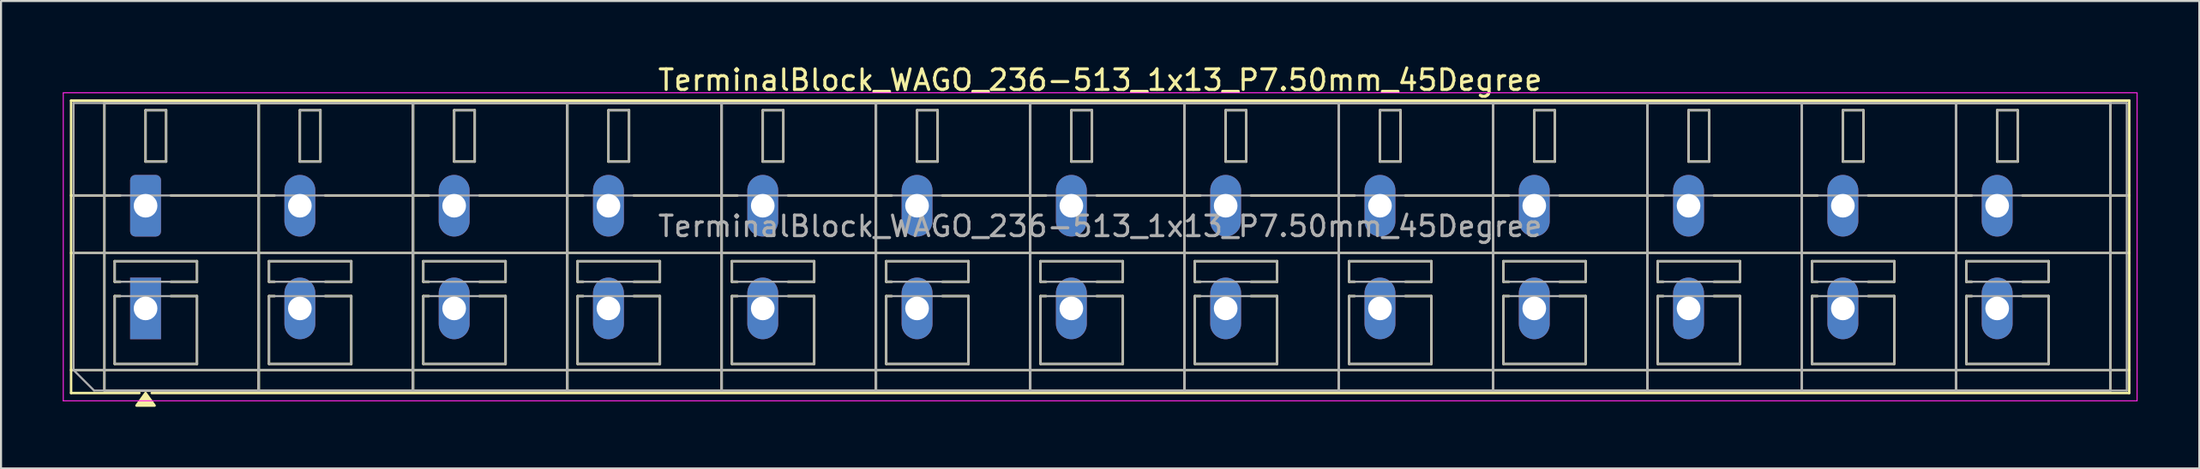
<source format=kicad_pcb>
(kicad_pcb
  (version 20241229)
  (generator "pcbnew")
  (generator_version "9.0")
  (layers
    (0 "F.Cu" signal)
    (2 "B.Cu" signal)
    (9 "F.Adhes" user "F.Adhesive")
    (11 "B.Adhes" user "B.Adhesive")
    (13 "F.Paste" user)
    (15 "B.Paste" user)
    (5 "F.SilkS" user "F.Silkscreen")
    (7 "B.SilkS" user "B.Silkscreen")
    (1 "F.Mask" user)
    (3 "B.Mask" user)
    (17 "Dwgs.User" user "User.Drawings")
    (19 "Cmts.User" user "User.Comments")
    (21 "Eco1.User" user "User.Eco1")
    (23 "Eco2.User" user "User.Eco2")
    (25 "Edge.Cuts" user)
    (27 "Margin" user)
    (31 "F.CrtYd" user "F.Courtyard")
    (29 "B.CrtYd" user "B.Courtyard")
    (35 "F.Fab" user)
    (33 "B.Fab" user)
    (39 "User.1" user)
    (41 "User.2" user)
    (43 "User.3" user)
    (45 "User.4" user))
  (footprint "TerminalBlock_WAGO_236-513_1x13_P7.50mm_45Degree"
    (layer "F.Cu")
    (at 4.025 6.968)
    (property "Reference" "TerminalBlock_WAGO_236-513_1x13_P7.50mm_45Degree" (at 46.4 -6.12 0) (layer "F.SilkS") (effects (font (size 1 1) (thickness 0.15))))
    (attr through_hole)
    (fp_line (start -3.62 -5.12) (end 96.42 -5.12) (stroke (width 0.12) (type solid)) (layer "F.SilkS"))
    (fp_line (start -3.62 -0.5) (end -1.23 -0.5) (stroke (width 0.12) (type solid)) (layer "F.SilkS"))
    (fp_line (start -3.62 2.3) (end 96.42 2.3) (stroke (width 0.12) (type solid)) (layer "F.SilkS"))
    (fp_line (start -3.62 8) (end 96.42 8) (stroke (width 0.12) (type solid)) (layer "F.SilkS"))
    (fp_line (start -3.62 9.12) (end -3.62 -5.12) (stroke (width 0.12) (type solid)) (layer "F.SilkS"))
    (fp_line (start -2 -5) (end 5.5 -5) (stroke (width 0.12) (type solid)) (layer "F.SilkS"))
    (fp_line (start -2 9) (end -2 -5) (stroke (width 0.12) (type solid)) (layer "F.SilkS"))
    (fp_line (start -1.5 2.7) (end 2.5 2.7) (stroke (width 0.12) (type solid)) (layer "F.SilkS"))
    (fp_line (start -1.5 3.7) (end -1.5 2.7) (stroke (width 0.12) (type solid)) (layer "F.SilkS"))
    (fp_line (start -1.5 4.4) (end -1.23 4.4) (stroke (width 0.12) (type solid)) (layer "F.SilkS"))
    (fp_line (start -1.5 7.7) (end -1.5 4.4) (stroke (width 0.12) (type solid)) (layer "F.SilkS"))
    (fp_line (start -1.23 3.7) (end -1.5 3.7) (stroke (width 0.12) (type solid)) (layer "F.SilkS"))
    (fp_line (start -0.3 9.12) (end -3.62 9.12) (stroke (width 0.12) (type solid)) (layer "F.SilkS"))
    (fp_line (start 0 -4.65) (end 1 -4.65) (stroke (width 0.12) (type solid)) (layer "F.SilkS"))
    (fp_line (start 0 -2.15) (end 0 -4.65) (stroke (width 0.12) (type solid)) (layer "F.SilkS"))
    (fp_line (start 1 -4.65) (end 1 -2.15) (stroke (width 0.12) (type solid)) (layer "F.SilkS"))
    (fp_line (start 1 -2.15) (end 0 -2.15) (stroke (width 0.12) (type solid)) (layer "F.SilkS"))
    (fp_line (start 1.23 -0.5) (end 6.27 -0.5) (stroke (width 0.12) (type solid)) (layer "F.SilkS"))
    (fp_line (start 1.23 4.4) (end 2.5 4.4) (stroke (width 0.12) (type solid)) (layer "F.SilkS"))
    (fp_line (start 2.5 2.7) (end 2.5 3.7) (stroke (width 0.12) (type solid)) (layer "F.SilkS"))
    (fp_line (start 2.5 3.7) (end 1.23 3.7) (stroke (width 0.12) (type solid)) (layer "F.SilkS"))
    (fp_line (start 2.5 4.4) (end 2.5 7.7) (stroke (width 0.12) (type solid)) (layer "F.SilkS"))
    (fp_line (start 2.5 7.7) (end -1.5 7.7) (stroke (width 0.12) (type solid)) (layer "F.SilkS"))
    (fp_line (start 5.5 -5) (end 5.5 9) (stroke (width 0.12) (type solid)) (layer "F.SilkS"))
    (fp_line (start 5.5 -5) (end 13 -5) (stroke (width 0.12) (type solid)) (layer "F.SilkS"))
    (fp_line (start 5.5 9) (end -2 9) (stroke (width 0.12) (type solid)) (layer "F.SilkS"))
    (fp_line (start 5.5 9) (end 5.5 -5) (stroke (width 0.12) (type solid)) (layer "F.SilkS"))
    (fp_line (start 6 2.7) (end 10 2.7) (stroke (width 0.12) (type solid)) (layer "F.SilkS"))
    (fp_line (start 6 3.7) (end 6 2.7) (stroke (width 0.12) (type solid)) (layer "F.SilkS"))
    (fp_line (start 6 4.4) (end 6.27 4.4) (stroke (width 0.12) (type solid)) (layer "F.SilkS"))
    (fp_line (start 6 7.7) (end 6 4.4) (stroke (width 0.12) (type solid)) (layer "F.SilkS"))
    (fp_line (start 6.27 3.7) (end 6 3.7) (stroke (width 0.12) (type solid)) (layer "F.SilkS"))
    (fp_line (start 7.5 -4.65) (end 8.5 -4.65) (stroke (width 0.12) (type solid)) (layer "F.SilkS"))
    (fp_line (start 7.5 -2.15) (end 7.5 -4.65) (stroke (width 0.12) (type solid)) (layer "F.SilkS"))
    (fp_line (start 8.5 -4.65) (end 8.5 -2.15) (stroke (width 0.12) (type solid)) (layer "F.SilkS"))
    (fp_line (start 8.5 -2.15) (end 7.5 -2.15) (stroke (width 0.12) (type solid)) (layer "F.SilkS"))
    (fp_line (start 8.73 -0.5) (end 13.77 -0.5) (stroke (width 0.12) (type solid)) (layer "F.SilkS"))
    (fp_line (start 8.73 4.4) (end 10 4.4) (stroke (width 0.12) (type solid)) (layer "F.SilkS"))
    (fp_line (start 10 2.7) (end 10 3.7) (stroke (width 0.12) (type solid)) (layer "F.SilkS"))
    (fp_line (start 10 3.7) (end 8.73 3.7) (stroke (width 0.12) (type solid)) (layer "F.SilkS"))
    (fp_line (start 10 4.4) (end 10 7.7) (stroke (width 0.12) (type solid)) (layer "F.SilkS"))
    (fp_line (start 10 7.7) (end 6 7.7) (stroke (width 0.12) (type solid)) (layer "F.SilkS"))
    (fp_line (start 13 -5) (end 13 9) (stroke (width 0.12) (type solid)) (layer "F.SilkS"))
    (fp_line (start 13 -5) (end 20.5 -5) (stroke (width 0.12) (type solid)) (layer "F.SilkS"))
    (fp_line (start 13 9) (end 5.5 9) (stroke (width 0.12) (type solid)) (layer "F.SilkS"))
    (fp_line (start 13 9) (end 13 -5) (stroke (width 0.12) (type solid)) (layer "F.SilkS"))
    (fp_line (start 13.5 2.7) (end 17.5 2.7) (stroke (width 0.12) (type solid)) (layer "F.SilkS"))
    (fp_line (start 13.5 3.7) (end 13.5 2.7) (stroke (width 0.12) (type solid)) (layer "F.SilkS"))
    (fp_line (start 13.5 4.4) (end 13.77 4.4) (stroke (width 0.12) (type solid)) (layer "F.SilkS"))
    (fp_line (start 13.5 7.7) (end 13.5 4.4) (stroke (width 0.12) (type solid)) (layer "F.SilkS"))
    (fp_line (start 13.77 3.7) (end 13.5 3.7) (stroke (width 0.12) (type solid)) (layer "F.SilkS"))
    (fp_line (start 15 -4.65) (end 16 -4.65) (stroke (width 0.12) (type solid)) (layer "F.SilkS"))
    (fp_line (start 15 -2.15) (end 15 -4.65) (stroke (width 0.12) (type solid)) (layer "F.SilkS"))
    (fp_line (start 16 -4.65) (end 16 -2.15) (stroke (width 0.12) (type solid)) (layer "F.SilkS"))
    (fp_line (start 16 -2.15) (end 15 -2.15) (stroke (width 0.12) (type solid)) (layer "F.SilkS"))
    (fp_line (start 16.23 -0.5) (end 21.27 -0.5) (stroke (width 0.12) (type solid)) (layer "F.SilkS"))
    (fp_line (start 16.23 4.4) (end 17.5 4.4) (stroke (width 0.12) (type solid)) (layer "F.SilkS"))
    (fp_line (start 17.5 2.7) (end 17.5 3.7) (stroke (width 0.12) (type solid)) (layer "F.SilkS"))
    (fp_line (start 17.5 3.7) (end 16.23 3.7) (stroke (width 0.12) (type solid)) (layer "F.SilkS"))
    (fp_line (start 17.5 4.4) (end 17.5 7.7) (stroke (width 0.12) (type solid)) (layer "F.SilkS"))
    (fp_line (start 17.5 7.7) (end 13.5 7.7) (stroke (width 0.12) (type solid)) (layer "F.SilkS"))
    (fp_line (start 20.5 -5) (end 20.5 9) (stroke (width 0.12) (type solid)) (layer "F.SilkS"))
    (fp_line (start 20.5 -5) (end 28 -5) (stroke (width 0.12) (type solid)) (layer "F.SilkS"))
    (fp_line (start 20.5 9) (end 13 9) (stroke (width 0.12) (type solid)) (layer "F.SilkS"))
    (fp_line (start 20.5 9) (end 20.5 -5) (stroke (width 0.12) (type solid)) (layer "F.SilkS"))
    (fp_line (start 21 2.7) (end 25 2.7) (stroke (width 0.12) (type solid)) (layer "F.SilkS"))
    (fp_line (start 21 3.7) (end 21 2.7) (stroke (width 0.12) (type solid)) (layer "F.SilkS"))
    (fp_line (start 21 4.4) (end 21.27 4.4) (stroke (width 0.12) (type solid)) (layer "F.SilkS"))
    (fp_line (start 21 7.7) (end 21 4.4) (stroke (width 0.12) (type solid)) (layer "F.SilkS"))
    (fp_line (start 21.27 3.7) (end 21 3.7) (stroke (width 0.12) (type solid)) (layer "F.SilkS"))
    (fp_line (start 22.5 -4.65) (end 23.5 -4.65) (stroke (width 0.12) (type solid)) (layer "F.SilkS"))
    (fp_line (start 22.5 -2.15) (end 22.5 -4.65) (stroke (width 0.12) (type solid)) (layer "F.SilkS"))
    (fp_line (start 23.5 -4.65) (end 23.5 -2.15) (stroke (width 0.12) (type solid)) (layer "F.SilkS"))
    (fp_line (start 23.5 -2.15) (end 22.5 -2.15) (stroke (width 0.12) (type solid)) (layer "F.SilkS"))
    (fp_line (start 23.73 -0.5) (end 28.77 -0.5) (stroke (width 0.12) (type solid)) (layer "F.SilkS"))
    (fp_line (start 23.73 4.4) (end 25 4.4) (stroke (width 0.12) (type solid)) (layer "F.SilkS"))
    (fp_line (start 25 2.7) (end 25 3.7) (stroke (width 0.12) (type solid)) (layer "F.SilkS"))
    (fp_line (start 25 3.7) (end 23.73 3.7) (stroke (width 0.12) (type solid)) (layer "F.SilkS"))
    (fp_line (start 25 4.4) (end 25 7.7) (stroke (width 0.12) (type solid)) (layer "F.SilkS"))
    (fp_line (start 25 7.7) (end 21 7.7) (stroke (width 0.12) (type solid)) (layer "F.SilkS"))
    (fp_line (start 28 -5) (end 28 9) (stroke (width 0.12) (type solid)) (layer "F.SilkS"))
    (fp_line (start 28 -5) (end 35.5 -5) (stroke (width 0.12) (type solid)) (layer "F.SilkS"))
    (fp_line (start 28 9) (end 20.5 9) (stroke (width 0.12) (type solid)) (layer "F.SilkS"))
    (fp_line (start 28 9) (end 28 -5) (stroke (width 0.12) (type solid)) (layer "F.SilkS"))
    (fp_line (start 28.5 2.7) (end 32.5 2.7) (stroke (width 0.12) (type solid)) (layer "F.SilkS"))
    (fp_line (start 28.5 3.7) (end 28.5 2.7) (stroke (width 0.12) (type solid)) (layer "F.SilkS"))
    (fp_line (start 28.5 4.4) (end 28.77 4.4) (stroke (width 0.12) (type solid)) (layer "F.SilkS"))
    (fp_line (start 28.5 7.7) (end 28.5 4.4) (stroke (width 0.12) (type solid)) (layer "F.SilkS"))
    (fp_line (start 28.77 3.7) (end 28.5 3.7) (stroke (width 0.12) (type solid)) (layer "F.SilkS"))
    (fp_line (start 30 -4.65) (end 31 -4.65) (stroke (width 0.12) (type solid)) (layer "F.SilkS"))
    (fp_line (start 30 -2.15) (end 30 -4.65) (stroke (width 0.12) (type solid)) (layer "F.SilkS"))
    (fp_line (start 31 -4.65) (end 31 -2.15) (stroke (width 0.12) (type solid)) (layer "F.SilkS"))
    (fp_line (start 31 -2.15) (end 30 -2.15) (stroke (width 0.12) (type solid)) (layer "F.SilkS"))
    (fp_line (start 31.23 -0.5) (end 36.27 -0.5) (stroke (width 0.12) (type solid)) (layer "F.SilkS"))
    (fp_line (start 31.23 4.4) (end 32.5 4.4) (stroke (width 0.12) (type solid)) (layer "F.SilkS"))
    (fp_line (start 32.5 2.7) (end 32.5 3.7) (stroke (width 0.12) (type solid)) (layer "F.SilkS"))
    (fp_line (start 32.5 3.7) (end 31.23 3.7) (stroke (width 0.12) (type solid)) (layer "F.SilkS"))
    (fp_line (start 32.5 4.4) (end 32.5 7.7) (stroke (width 0.12) (type solid)) (layer "F.SilkS"))
    (fp_line (start 32.5 7.7) (end 28.5 7.7) (stroke (width 0.12) (type solid)) (layer "F.SilkS"))
    (fp_line (start 35.5 -5) (end 35.5 9) (stroke (width 0.12) (type solid)) (layer "F.SilkS"))
    (fp_line (start 35.5 -5) (end 43 -5) (stroke (width 0.12) (type solid)) (layer "F.SilkS"))
    (fp_line (start 35.5 9) (end 28 9) (stroke (width 0.12) (type solid)) (layer "F.SilkS"))
    (fp_line (start 35.5 9) (end 35.5 -5) (stroke (width 0.12) (type solid)) (layer "F.SilkS"))
    (fp_line (start 36 2.7) (end 40 2.7) (stroke (width 0.12) (type solid)) (layer "F.SilkS"))
    (fp_line (start 36 3.7) (end 36 2.7) (stroke (width 0.12) (type solid)) (layer "F.SilkS"))
    (fp_line (start 36 4.4) (end 36.27 4.4) (stroke (width 0.12) (type solid)) (layer "F.SilkS"))
    (fp_line (start 36 7.7) (end 36 4.4) (stroke (width 0.12) (type solid)) (layer "F.SilkS"))
    (fp_line (start 36.27 3.7) (end 36 3.7) (stroke (width 0.12) (type solid)) (layer "F.SilkS"))
    (fp_line (start 37.5 -4.65) (end 38.5 -4.65) (stroke (width 0.12) (type solid)) (layer "F.SilkS"))
    (fp_line (start 37.5 -2.15) (end 37.5 -4.65) (stroke (width 0.12) (type solid)) (layer "F.SilkS"))
    (fp_line (start 38.5 -4.65) (end 38.5 -2.15) (stroke (width 0.12) (type solid)) (layer "F.SilkS"))
    (fp_line (start 38.5 -2.15) (end 37.5 -2.15) (stroke (width 0.12) (type solid)) (layer "F.SilkS"))
    (fp_line (start 38.73 -0.5) (end 43.77 -0.5) (stroke (width 0.12) (type solid)) (layer "F.SilkS"))
    (fp_line (start 38.73 4.4) (end 40 4.4) (stroke (width 0.12) (type solid)) (layer "F.SilkS"))
    (fp_line (start 40 2.7) (end 40 3.7) (stroke (width 0.12) (type solid)) (layer "F.SilkS"))
    (fp_line (start 40 3.7) (end 38.73 3.7) (stroke (width 0.12) (type solid)) (layer "F.SilkS"))
    (fp_line (start 40 4.4) (end 40 7.7) (stroke (width 0.12) (type solid)) (layer "F.SilkS"))
    (fp_line (start 40 7.7) (end 36 7.7) (stroke (width 0.12) (type solid)) (layer "F.SilkS"))
    (fp_line (start 43 -5) (end 43 9) (stroke (width 0.12) (type solid)) (layer "F.SilkS"))
    (fp_line (start 43 -5) (end 50.5 -5) (stroke (width 0.12) (type solid)) (layer "F.SilkS"))
    (fp_line (start 43 9) (end 35.5 9) (stroke (width 0.12) (type solid)) (layer "F.SilkS"))
    (fp_line (start 43 9) (end 43 -5) (stroke (width 0.12) (type solid)) (layer "F.SilkS"))
    (fp_line (start 43.5 2.7) (end 47.5 2.7) (stroke (width 0.12) (type solid)) (layer "F.SilkS"))
    (fp_line (start 43.5 3.7) (end 43.5 2.7) (stroke (width 0.12) (type solid)) (layer "F.SilkS"))
    (fp_line (start 43.5 4.4) (end 43.77 4.4) (stroke (width 0.12) (type solid)) (layer "F.SilkS"))
    (fp_line (start 43.5 7.7) (end 43.5 4.4) (stroke (width 0.12) (type solid)) (layer "F.SilkS"))
    (fp_line (start 43.77 3.7) (end 43.5 3.7) (stroke (width 0.12) (type solid)) (layer "F.SilkS"))
    (fp_line (start 45 -4.65) (end 46 -4.65) (stroke (width 0.12) (type solid)) (layer "F.SilkS"))
    (fp_line (start 45 -2.15) (end 45 -4.65) (stroke (width 0.12) (type solid)) (layer "F.SilkS"))
    (fp_line (start 46 -4.65) (end 46 -2.15) (stroke (width 0.12) (type solid)) (layer "F.SilkS"))
    (fp_line (start 46 -2.15) (end 45 -2.15) (stroke (width 0.12) (type solid)) (layer "F.SilkS"))
    (fp_line (start 46.23 -0.5) (end 51.27 -0.5) (stroke (width 0.12) (type solid)) (layer "F.SilkS"))
    (fp_line (start 46.23 4.4) (end 47.5 4.4) (stroke (width 0.12) (type solid)) (layer "F.SilkS"))
    (fp_line (start 47.5 2.7) (end 47.5 3.7) (stroke (width 0.12) (type solid)) (layer "F.SilkS"))
    (fp_line (start 47.5 3.7) (end 46.23 3.7) (stroke (width 0.12) (type solid)) (layer "F.SilkS"))
    (fp_line (start 47.5 4.4) (end 47.5 7.7) (stroke (width 0.12) (type solid)) (layer "F.SilkS"))
    (fp_line (start 47.5 7.7) (end 43.5 7.7) (stroke (width 0.12) (type solid)) (layer "F.SilkS"))
    (fp_line (start 50.5 -5) (end 50.5 9) (stroke (width 0.12) (type solid)) (layer "F.SilkS"))
    (fp_line (start 50.5 -5) (end 58 -5) (stroke (width 0.12) (type solid)) (layer "F.SilkS"))
    (fp_line (start 50.5 9) (end 43 9) (stroke (width 0.12) (type solid)) (layer "F.SilkS"))
    (fp_line (start 50.5 9) (end 50.5 -5) (stroke (width 0.12) (type solid)) (layer "F.SilkS"))
    (fp_line (start 51 2.7) (end 55 2.7) (stroke (width 0.12) (type solid)) (layer "F.SilkS"))
    (fp_line (start 51 3.7) (end 51 2.7) (stroke (width 0.12) (type solid)) (layer "F.SilkS"))
    (fp_line (start 51 4.4) (end 51.27 4.4) (stroke (width 0.12) (type solid)) (layer "F.SilkS"))
    (fp_line (start 51 7.7) (end 51 4.4) (stroke (width 0.12) (type solid)) (layer "F.SilkS"))
    (fp_line (start 51.27 3.7) (end 51 3.7) (stroke (width 0.12) (type solid)) (layer "F.SilkS"))
    (fp_line (start 52.5 -4.65) (end 53.5 -4.65) (stroke (width 0.12) (type solid)) (layer "F.SilkS"))
    (fp_line (start 52.5 -2.15) (end 52.5 -4.65) (stroke (width 0.12) (type solid)) (layer "F.SilkS"))
    (fp_line (start 53.5 -4.65) (end 53.5 -2.15) (stroke (width 0.12) (type solid)) (layer "F.SilkS"))
    (fp_line (start 53.5 -2.15) (end 52.5 -2.15) (stroke (width 0.12) (type solid)) (layer "F.SilkS"))
    (fp_line (start 53.73 -0.5) (end 58.77 -0.5) (stroke (width 0.12) (type solid)) (layer "F.SilkS"))
    (fp_line (start 53.73 4.4) (end 55 4.4) (stroke (width 0.12) (type solid)) (layer "F.SilkS"))
    (fp_line (start 55 2.7) (end 55 3.7) (stroke (width 0.12) (type solid)) (layer "F.SilkS"))
    (fp_line (start 55 3.7) (end 53.73 3.7) (stroke (width 0.12) (type solid)) (layer "F.SilkS"))
    (fp_line (start 55 4.4) (end 55 7.7) (stroke (width 0.12) (type solid)) (layer "F.SilkS"))
    (fp_line (start 55 7.7) (end 51 7.7) (stroke (width 0.12) (type solid)) (layer "F.SilkS"))
    (fp_line (start 58 -5) (end 58 9) (stroke (width 0.12) (type solid)) (layer "F.SilkS"))
    (fp_line (start 58 -5) (end 65.5 -5) (stroke (width 0.12) (type solid)) (layer "F.SilkS"))
    (fp_line (start 58 9) (end 50.5 9) (stroke (width 0.12) (type solid)) (layer "F.SilkS"))
    (fp_line (start 58 9) (end 58 -5) (stroke (width 0.12) (type solid)) (layer "F.SilkS"))
    (fp_line (start 58.5 2.7) (end 62.5 2.7) (stroke (width 0.12) (type solid)) (layer "F.SilkS"))
    (fp_line (start 58.5 3.7) (end 58.5 2.7) (stroke (width 0.12) (type solid)) (layer "F.SilkS"))
    (fp_line (start 58.5 4.4) (end 58.77 4.4) (stroke (width 0.12) (type solid)) (layer "F.SilkS"))
    (fp_line (start 58.5 7.7) (end 58.5 4.4) (stroke (width 0.12) (type solid)) (layer "F.SilkS"))
    (fp_line (start 58.77 3.7) (end 58.5 3.7) (stroke (width 0.12) (type solid)) (layer "F.SilkS"))
    (fp_line (start 60 -4.65) (end 61 -4.65) (stroke (width 0.12) (type solid)) (layer "F.SilkS"))
    (fp_line (start 60 -2.15) (end 60 -4.65) (stroke (width 0.12) (type solid)) (layer "F.SilkS"))
    (fp_line (start 61 -4.65) (end 61 -2.15) (stroke (width 0.12) (type solid)) (layer "F.SilkS"))
    (fp_line (start 61 -2.15) (end 60 -2.15) (stroke (width 0.12) (type solid)) (layer "F.SilkS"))
    (fp_line (start 61.23 -0.5) (end 66.27 -0.5) (stroke (width 0.12) (type solid)) (layer "F.SilkS"))
    (fp_line (start 61.23 4.4) (end 62.5 4.4) (stroke (width 0.12) (type solid)) (layer "F.SilkS"))
    (fp_line (start 62.5 2.7) (end 62.5 3.7) (stroke (width 0.12) (type solid)) (layer "F.SilkS"))
    (fp_line (start 62.5 3.7) (end 61.23 3.7) (stroke (width 0.12) (type solid)) (layer "F.SilkS"))
    (fp_line (start 62.5 4.4) (end 62.5 7.7) (stroke (width 0.12) (type solid)) (layer "F.SilkS"))
    (fp_line (start 62.5 7.7) (end 58.5 7.7) (stroke (width 0.12) (type solid)) (layer "F.SilkS"))
    (fp_line (start 65.5 -5) (end 65.5 9) (stroke (width 0.12) (type solid)) (layer "F.SilkS"))
    (fp_line (start 65.5 -5) (end 73 -5) (stroke (width 0.12) (type solid)) (layer "F.SilkS"))
    (fp_line (start 65.5 9) (end 58 9) (stroke (width 0.12) (type solid)) (layer "F.SilkS"))
    (fp_line (start 65.5 9) (end 65.5 -5) (stroke (width 0.12) (type solid)) (layer "F.SilkS"))
    (fp_line (start 66 2.7) (end 70 2.7) (stroke (width 0.12) (type solid)) (layer "F.SilkS"))
    (fp_line (start 66 3.7) (end 66 2.7) (stroke (width 0.12) (type solid)) (layer "F.SilkS"))
    (fp_line (start 66 4.4) (end 66.27 4.4) (stroke (width 0.12) (type solid)) (layer "F.SilkS"))
    (fp_line (start 66 7.7) (end 66 4.4) (stroke (width 0.12) (type solid)) (layer "F.SilkS"))
    (fp_line (start 66.27 3.7) (end 66 3.7) (stroke (width 0.12) (type solid)) (layer "F.SilkS"))
    (fp_line (start 67.5 -4.65) (end 68.5 -4.65) (stroke (width 0.12) (type solid)) (layer "F.SilkS"))
    (fp_line (start 67.5 -2.15) (end 67.5 -4.65) (stroke (width 0.12) (type solid)) (layer "F.SilkS"))
    (fp_line (start 68.5 -4.65) (end 68.5 -2.15) (stroke (width 0.12) (type solid)) (layer "F.SilkS"))
    (fp_line (start 68.5 -2.15) (end 67.5 -2.15) (stroke (width 0.12) (type solid)) (layer "F.SilkS"))
    (fp_line (start 68.73 -0.5) (end 73.77 -0.5) (stroke (width 0.12) (type solid)) (layer "F.SilkS"))
    (fp_line (start 68.73 4.4) (end 70 4.4) (stroke (width 0.12) (type solid)) (layer "F.SilkS"))
    (fp_line (start 70 2.7) (end 70 3.7) (stroke (width 0.12) (type solid)) (layer "F.SilkS"))
    (fp_line (start 70 3.7) (end 68.73 3.7) (stroke (width 0.12) (type solid)) (layer "F.SilkS"))
    (fp_line (start 70 4.4) (end 70 7.7) (stroke (width 0.12) (type solid)) (layer "F.SilkS"))
    (fp_line (start 70 7.7) (end 66 7.7) (stroke (width 0.12) (type solid)) (layer "F.SilkS"))
    (fp_line (start 73 -5) (end 73 9) (stroke (width 0.12) (type solid)) (layer "F.SilkS"))
    (fp_line (start 73 -5) (end 80.5 -5) (stroke (width 0.12) (type solid)) (layer "F.SilkS"))
    (fp_line (start 73 9) (end 65.5 9) (stroke (width 0.12) (type solid)) (layer "F.SilkS"))
    (fp_line (start 73 9) (end 73 -5) (stroke (width 0.12) (type solid)) (layer "F.SilkS"))
    (fp_line (start 73.5 2.7) (end 77.5 2.7) (stroke (width 0.12) (type solid)) (layer "F.SilkS"))
    (fp_line (start 73.5 3.7) (end 73.5 2.7) (stroke (width 0.12) (type solid)) (layer "F.SilkS"))
    (fp_line (start 73.5 4.4) (end 73.77 4.4) (stroke (width 0.12) (type solid)) (layer "F.SilkS"))
    (fp_line (start 73.5 7.7) (end 73.5 4.4) (stroke (width 0.12) (type solid)) (layer "F.SilkS"))
    (fp_line (start 73.77 3.7) (end 73.5 3.7) (stroke (width 0.12) (type solid)) (layer "F.SilkS"))
    (fp_line (start 75 -4.65) (end 76 -4.65) (stroke (width 0.12) (type solid)) (layer "F.SilkS"))
    (fp_line (start 75 -2.15) (end 75 -4.65) (stroke (width 0.12) (type solid)) (layer "F.SilkS"))
    (fp_line (start 76 -4.65) (end 76 -2.15) (stroke (width 0.12) (type solid)) (layer "F.SilkS"))
    (fp_line (start 76 -2.15) (end 75 -2.15) (stroke (width 0.12) (type solid)) (layer "F.SilkS"))
    (fp_line (start 76.23 -0.5) (end 81.27 -0.5) (stroke (width 0.12) (type solid)) (layer "F.SilkS"))
    (fp_line (start 76.23 4.4) (end 77.5 4.4) (stroke (width 0.12) (type solid)) (layer "F.SilkS"))
    (fp_line (start 77.5 2.7) (end 77.5 3.7) (stroke (width 0.12) (type solid)) (layer "F.SilkS"))
    (fp_line (start 77.5 3.7) (end 76.23 3.7) (stroke (width 0.12) (type solid)) (layer "F.SilkS"))
    (fp_line (start 77.5 4.4) (end 77.5 7.7) (stroke (width 0.12) (type solid)) (layer "F.SilkS"))
    (fp_line (start 77.5 7.7) (end 73.5 7.7) (stroke (width 0.12) (type solid)) (layer "F.SilkS"))
    (fp_line (start 80.5 -5) (end 80.5 9) (stroke (width 0.12) (type solid)) (layer "F.SilkS"))
    (fp_line (start 80.5 -5) (end 88 -5) (stroke (width 0.12) (type solid)) (layer "F.SilkS"))
    (fp_line (start 80.5 9) (end 73 9) (stroke (width 0.12) (type solid)) (layer "F.SilkS"))
    (fp_line (start 80.5 9) (end 80.5 -5) (stroke (width 0.12) (type solid)) (layer "F.SilkS"))
    (fp_line (start 81 2.7) (end 85 2.7) (stroke (width 0.12) (type solid)) (layer "F.SilkS"))
    (fp_line (start 81 3.7) (end 81 2.7) (stroke (width 0.12) (type solid)) (layer "F.SilkS"))
    (fp_line (start 81 4.4) (end 81.27 4.4) (stroke (width 0.12) (type solid)) (layer "F.SilkS"))
    (fp_line (start 81 7.7) (end 81 4.4) (stroke (width 0.12) (type solid)) (layer "F.SilkS"))
    (fp_line (start 81.27 3.7) (end 81 3.7) (stroke (width 0.12) (type solid)) (layer "F.SilkS"))
    (fp_line (start 82.5 -4.65) (end 83.5 -4.65) (stroke (width 0.12) (type solid)) (layer "F.SilkS"))
    (fp_line (start 82.5 -2.15) (end 82.5 -4.65) (stroke (width 0.12) (type solid)) (layer "F.SilkS"))
    (fp_line (start 83.5 -4.65) (end 83.5 -2.15) (stroke (width 0.12) (type solid)) (layer "F.SilkS"))
    (fp_line (start 83.5 -2.15) (end 82.5 -2.15) (stroke (width 0.12) (type solid)) (layer "F.SilkS"))
    (fp_line (start 83.73 -0.5) (end 88.77 -0.5) (stroke (width 0.12) (type solid)) (layer "F.SilkS"))
    (fp_line (start 83.73 4.4) (end 85 4.4) (stroke (width 0.12) (type solid)) (layer "F.SilkS"))
    (fp_line (start 85 2.7) (end 85 3.7) (stroke (width 0.12) (type solid)) (layer "F.SilkS"))
    (fp_line (start 85 3.7) (end 83.73 3.7) (stroke (width 0.12) (type solid)) (layer "F.SilkS"))
    (fp_line (start 85 4.4) (end 85 7.7) (stroke (width 0.12) (type solid)) (layer "F.SilkS"))
    (fp_line (start 85 7.7) (end 81 7.7) (stroke (width 0.12) (type solid)) (layer "F.SilkS"))
    (fp_line (start 88 -5) (end 88 9) (stroke (width 0.12) (type solid)) (layer "F.SilkS"))
    (fp_line (start 88 -5) (end 95.5 -5) (stroke (width 0.12) (type solid)) (layer "F.SilkS"))
    (fp_line (start 88 9) (end 80.5 9) (stroke (width 0.12) (type solid)) (layer "F.SilkS"))
    (fp_line (start 88 9) (end 88 -5) (stroke (width 0.12) (type solid)) (layer "F.SilkS"))
    (fp_line (start 88.5 2.7) (end 92.5 2.7) (stroke (width 0.12) (type solid)) (layer "F.SilkS"))
    (fp_line (start 88.5 3.7) (end 88.5 2.7) (stroke (width 0.12) (type solid)) (layer "F.SilkS"))
    (fp_line (start 88.5 4.4) (end 88.77 4.4) (stroke (width 0.12) (type solid)) (layer "F.SilkS"))
    (fp_line (start 88.5 7.7) (end 88.5 4.4) (stroke (width 0.12) (type solid)) (layer "F.SilkS"))
    (fp_line (start 88.77 3.7) (end 88.5 3.7) (stroke (width 0.12) (type solid)) (layer "F.SilkS"))
    (fp_line (start 90 -4.65) (end 91 -4.65) (stroke (width 0.12) (type solid)) (layer "F.SilkS"))
    (fp_line (start 90 -2.15) (end 90 -4.65) (stroke (width 0.12) (type solid)) (layer "F.SilkS"))
    (fp_line (start 91 -4.65) (end 91 -2.15) (stroke (width 0.12) (type solid)) (layer "F.SilkS"))
    (fp_line (start 91 -2.15) (end 90 -2.15) (stroke (width 0.12) (type solid)) (layer "F.SilkS"))
    (fp_line (start 91.23 -0.5) (end 96.42 -0.5) (stroke (width 0.12) (type solid)) (layer "F.SilkS"))
    (fp_line (start 91.23 4.4) (end 92.5 4.4) (stroke (width 0.12) (type solid)) (layer "F.SilkS"))
    (fp_line (start 92.5 2.7) (end 92.5 3.7) (stroke (width 0.12) (type solid)) (layer "F.SilkS"))
    (fp_line (start 92.5 3.7) (end 91.23 3.7) (stroke (width 0.12) (type solid)) (layer "F.SilkS"))
    (fp_line (start 92.5 4.4) (end 92.5 7.7) (stroke (width 0.12) (type solid)) (layer "F.SilkS"))
    (fp_line (start 92.5 7.7) (end 88.5 7.7) (stroke (width 0.12) (type solid)) (layer "F.SilkS"))
    (fp_line (start 95.5 -5) (end 95.5 9) (stroke (width 0.12) (type solid)) (layer "F.SilkS"))
    (fp_line (start 95.5 9) (end 88 9) (stroke (width 0.12) (type solid)) (layer "F.SilkS"))
    (fp_line (start 96.42 -5.12) (end 96.42 9.12) (stroke (width 0.12) (type solid)) (layer "F.SilkS"))
    (fp_line (start 96.42 9.12) (end 0.3 9.12) (stroke (width 0.12) (type solid)) (layer "F.SilkS"))
    (fp_poly (pts (xy 0 9.12) (xy 0.44 9.73) (xy -0.44 9.73)) (stroke (width 0.12) (type solid)) (fill yes) (layer "F.SilkS"))
    (fp_line (start -4 -5.5) (end -4 9.5) (stroke (width 0.05) (type solid)) (layer "F.CrtYd"))
    (fp_line (start -4 9.5) (end 96.8 9.5) (stroke (width 0.05) (type solid)) (layer "F.CrtYd"))
    (fp_line (start 96.8 -5.5) (end -4 -5.5) (stroke (width 0.05) (type solid)) (layer "F.CrtYd"))
    (fp_line (start 96.8 9.5) (end 96.8 -5.5) (stroke (width 0.05) (type solid)) (layer "F.CrtYd"))
    (fp_line (start -3.5 -5) (end 96.3 -5) (stroke (width 0.1) (type solid)) (layer "F.Fab"))
    (fp_line (start -3.5 -0.5) (end 96.3 -0.5) (stroke (width 0.1) (type solid)) (layer "F.Fab"))
    (fp_line (start -3.5 2.3) (end 96.3 2.3) (stroke (width 0.1) (type solid)) (layer "F.Fab"))
    (fp_line (start -3.5 8) (end -3.5 -5) (stroke (width 0.1) (type solid)) (layer "F.Fab"))
    (fp_line (start -3.5 8) (end 96.3 8) (stroke (width 0.1) (type solid)) (layer "F.Fab"))
    (fp_line (start -2.5 9) (end -3.5 8) (stroke (width 0.1) (type solid)) (layer "F.Fab"))
    (fp_line (start -2 -5) (end -2 9) (stroke (width 0.1) (type solid)) (layer "F.Fab"))
    (fp_line (start -2 9) (end 5.5 9) (stroke (width 0.1) (type solid)) (layer "F.Fab"))
    (fp_line (start -1.5 2.7) (end -1.5 3.7) (stroke (width 0.1) (type solid)) (layer "F.Fab"))
    (fp_line (start -1.5 3.7) (end 2.5 3.7) (stroke (width 0.1) (type solid)) (layer "F.Fab"))
    (fp_line (start -1.5 4.4) (end -1.5 7.7) (stroke (width 0.1) (type solid)) (layer "F.Fab"))
    (fp_line (start -1.5 7.7) (end 2.5 7.7) (stroke (width 0.1) (type solid)) (layer "F.Fab"))
    (fp_line (start 0 -4.65) (end 0 -2.15) (stroke (width 0.1) (type solid)) (layer "F.Fab"))
    (fp_line (start 0 -2.15) (end 1 -2.15) (stroke (width 0.1) (type solid)) (layer "F.Fab"))
    (fp_line (start 1 -4.65) (end 0 -4.65) (stroke (width 0.1) (type solid)) (layer "F.Fab"))
    (fp_line (start 1 -2.15) (end 1 -4.65) (stroke (width 0.1) (type solid)) (layer "F.Fab"))
    (fp_line (start 2.5 2.7) (end -1.5 2.7) (stroke (width 0.1) (type solid)) (layer "F.Fab"))
    (fp_line (start 2.5 3.7) (end 2.5 2.7) (stroke (width 0.1) (type solid)) (layer "F.Fab"))
    (fp_line (start 2.5 4.4) (end -1.5 4.4) (stroke (width 0.1) (type solid)) (layer "F.Fab"))
    (fp_line (start 2.5 7.7) (end 2.5 4.4) (stroke (width 0.1) (type solid)) (layer "F.Fab"))
    (fp_line (start 5.5 -5) (end -2 -5) (stroke (width 0.1) (type solid)) (layer "F.Fab"))
    (fp_line (start 5.5 -5) (end 5.5 9) (stroke (width 0.1) (type solid)) (layer "F.Fab"))
    (fp_line (start 5.5 9) (end 5.5 -5) (stroke (width 0.1) (type solid)) (layer "F.Fab"))
    (fp_line (start 5.5 9) (end 13 9) (stroke (width 0.1) (type solid)) (layer "F.Fab"))
    (fp_line (start 6 2.7) (end 6 3.7) (stroke (width 0.1) (type solid)) (layer "F.Fab"))
    (fp_line (start 6 3.7) (end 10 3.7) (stroke (width 0.1) (type solid)) (layer "F.Fab"))
    (fp_line (start 6 4.4) (end 6 7.7) (stroke (width 0.1) (type solid)) (layer "F.Fab"))
    (fp_line (start 6 7.7) (end 10 7.7) (stroke (width 0.1) (type solid)) (layer "F.Fab"))
    (fp_line (start 7.5 -4.65) (end 7.5 -2.15) (stroke (width 0.1) (type solid)) (layer "F.Fab"))
    (fp_line (start 7.5 -2.15) (end 8.5 -2.15) (stroke (width 0.1) (type solid)) (layer "F.Fab"))
    (fp_line (start 8.5 -4.65) (end 7.5 -4.65) (stroke (width 0.1) (type solid)) (layer "F.Fab"))
    (fp_line (start 8.5 -2.15) (end 8.5 -4.65) (stroke (width 0.1) (type solid)) (layer "F.Fab"))
    (fp_line (start 10 2.7) (end 6 2.7) (stroke (width 0.1) (type solid)) (layer "F.Fab"))
    (fp_line (start 10 3.7) (end 10 2.7) (stroke (width 0.1) (type solid)) (layer "F.Fab"))
    (fp_line (start 10 4.4) (end 6 4.4) (stroke (width 0.1) (type solid)) (layer "F.Fab"))
    (fp_line (start 10 7.7) (end 10 4.4) (stroke (width 0.1) (type solid)) (layer "F.Fab"))
    (fp_line (start 13 -5) (end 5.5 -5) (stroke (width 0.1) (type solid)) (layer "F.Fab"))
    (fp_line (start 13 -5) (end 13 9) (stroke (width 0.1) (type solid)) (layer "F.Fab"))
    (fp_line (start 13 9) (end 13 -5) (stroke (width 0.1) (type solid)) (layer "F.Fab"))
    (fp_line (start 13 9) (end 20.5 9) (stroke (width 0.1) (type solid)) (layer "F.Fab"))
    (fp_line (start 13.5 2.7) (end 13.5 3.7) (stroke (width 0.1) (type solid)) (layer "F.Fab"))
    (fp_line (start 13.5 3.7) (end 17.5 3.7) (stroke (width 0.1) (type solid)) (layer "F.Fab"))
    (fp_line (start 13.5 4.4) (end 13.5 7.7) (stroke (width 0.1) (type solid)) (layer "F.Fab"))
    (fp_line (start 13.5 7.7) (end 17.5 7.7) (stroke (width 0.1) (type solid)) (layer "F.Fab"))
    (fp_line (start 15 -4.65) (end 15 -2.15) (stroke (width 0.1) (type solid)) (layer "F.Fab"))
    (fp_line (start 15 -2.15) (end 16 -2.15) (stroke (width 0.1) (type solid)) (layer "F.Fab"))
    (fp_line (start 16 -4.65) (end 15 -4.65) (stroke (width 0.1) (type solid)) (layer "F.Fab"))
    (fp_line (start 16 -2.15) (end 16 -4.65) (stroke (width 0.1) (type solid)) (layer "F.Fab"))
    (fp_line (start 17.5 2.7) (end 13.5 2.7) (stroke (width 0.1) (type solid)) (layer "F.Fab"))
    (fp_line (start 17.5 3.7) (end 17.5 2.7) (stroke (width 0.1) (type solid)) (layer "F.Fab"))
    (fp_line (start 17.5 4.4) (end 13.5 4.4) (stroke (width 0.1) (type solid)) (layer "F.Fab"))
    (fp_line (start 17.5 7.7) (end 17.5 4.4) (stroke (width 0.1) (type solid)) (layer "F.Fab"))
    (fp_line (start 20.5 -5) (end 13 -5) (stroke (width 0.1) (type solid)) (layer "F.Fab"))
    (fp_line (start 20.5 -5) (end 20.5 9) (stroke (width 0.1) (type solid)) (layer "F.Fab"))
    (fp_line (start 20.5 9) (end 20.5 -5) (stroke (width 0.1) (type solid)) (layer "F.Fab"))
    (fp_line (start 20.5 9) (end 28 9) (stroke (width 0.1) (type solid)) (layer "F.Fab"))
    (fp_line (start 21 2.7) (end 21 3.7) (stroke (width 0.1) (type solid)) (layer "F.Fab"))
    (fp_line (start 21 3.7) (end 25 3.7) (stroke (width 0.1) (type solid)) (layer "F.Fab"))
    (fp_line (start 21 4.4) (end 21 7.7) (stroke (width 0.1) (type solid)) (layer "F.Fab"))
    (fp_line (start 21 7.7) (end 25 7.7) (stroke (width 0.1) (type solid)) (layer "F.Fab"))
    (fp_line (start 22.5 -4.65) (end 22.5 -2.15) (stroke (width 0.1) (type solid)) (layer "F.Fab"))
    (fp_line (start 22.5 -2.15) (end 23.5 -2.15) (stroke (width 0.1) (type solid)) (layer "F.Fab"))
    (fp_line (start 23.5 -4.65) (end 22.5 -4.65) (stroke (width 0.1) (type solid)) (layer "F.Fab"))
    (fp_line (start 23.5 -2.15) (end 23.5 -4.65) (stroke (width 0.1) (type solid)) (layer "F.Fab"))
    (fp_line (start 25 2.7) (end 21 2.7) (stroke (width 0.1) (type solid)) (layer "F.Fab"))
    (fp_line (start 25 3.7) (end 25 2.7) (stroke (width 0.1) (type solid)) (layer "F.Fab"))
    (fp_line (start 25 4.4) (end 21 4.4) (stroke (width 0.1) (type solid)) (layer "F.Fab"))
    (fp_line (start 25 7.7) (end 25 4.4) (stroke (width 0.1) (type solid)) (layer "F.Fab"))
    (fp_line (start 28 -5) (end 20.5 -5) (stroke (width 0.1) (type solid)) (layer "F.Fab"))
    (fp_line (start 28 -5) (end 28 9) (stroke (width 0.1) (type solid)) (layer "F.Fab"))
    (fp_line (start 28 9) (end 28 -5) (stroke (width 0.1) (type solid)) (layer "F.Fab"))
    (fp_line (start 28 9) (end 35.5 9) (stroke (width 0.1) (type solid)) (layer "F.Fab"))
    (fp_line (start 28.5 2.7) (end 28.5 3.7) (stroke (width 0.1) (type solid)) (layer "F.Fab"))
    (fp_line (start 28.5 3.7) (end 32.5 3.7) (stroke (width 0.1) (type solid)) (layer "F.Fab"))
    (fp_line (start 28.5 4.4) (end 28.5 7.7) (stroke (width 0.1) (type solid)) (layer "F.Fab"))
    (fp_line (start 28.5 7.7) (end 32.5 7.7) (stroke (width 0.1) (type solid)) (layer "F.Fab"))
    (fp_line (start 30 -4.65) (end 30 -2.15) (stroke (width 0.1) (type solid)) (layer "F.Fab"))
    (fp_line (start 30 -2.15) (end 31 -2.15) (stroke (width 0.1) (type solid)) (layer "F.Fab"))
    (fp_line (start 31 -4.65) (end 30 -4.65) (stroke (width 0.1) (type solid)) (layer "F.Fab"))
    (fp_line (start 31 -2.15) (end 31 -4.65) (stroke (width 0.1) (type solid)) (layer "F.Fab"))
    (fp_line (start 32.5 2.7) (end 28.5 2.7) (stroke (width 0.1) (type solid)) (layer "F.Fab"))
    (fp_line (start 32.5 3.7) (end 32.5 2.7) (stroke (width 0.1) (type solid)) (layer "F.Fab"))
    (fp_line (start 32.5 4.4) (end 28.5 4.4) (stroke (width 0.1) (type solid)) (layer "F.Fab"))
    (fp_line (start 32.5 7.7) (end 32.5 4.4) (stroke (width 0.1) (type solid)) (layer "F.Fab"))
    (fp_line (start 35.5 -5) (end 28 -5) (stroke (width 0.1) (type solid)) (layer "F.Fab"))
    (fp_line (start 35.5 -5) (end 35.5 9) (stroke (width 0.1) (type solid)) (layer "F.Fab"))
    (fp_line (start 35.5 9) (end 35.5 -5) (stroke (width 0.1) (type solid)) (layer "F.Fab"))
    (fp_line (start 35.5 9) (end 43 9) (stroke (width 0.1) (type solid)) (layer "F.Fab"))
    (fp_line (start 36 2.7) (end 36 3.7) (stroke (width 0.1) (type solid)) (layer "F.Fab"))
    (fp_line (start 36 3.7) (end 40 3.7) (stroke (width 0.1) (type solid)) (layer "F.Fab"))
    (fp_line (start 36 4.4) (end 36 7.7) (stroke (width 0.1) (type solid)) (layer "F.Fab"))
    (fp_line (start 36 7.7) (end 40 7.7) (stroke (width 0.1) (type solid)) (layer "F.Fab"))
    (fp_line (start 37.5 -4.65) (end 37.5 -2.15) (stroke (width 0.1) (type solid)) (layer "F.Fab"))
    (fp_line (start 37.5 -2.15) (end 38.5 -2.15) (stroke (width 0.1) (type solid)) (layer "F.Fab"))
    (fp_line (start 38.5 -4.65) (end 37.5 -4.65) (stroke (width 0.1) (type solid)) (layer "F.Fab"))
    (fp_line (start 38.5 -2.15) (end 38.5 -4.65) (stroke (width 0.1) (type solid)) (layer "F.Fab"))
    (fp_line (start 40 2.7) (end 36 2.7) (stroke (width 0.1) (type solid)) (layer "F.Fab"))
    (fp_line (start 40 3.7) (end 40 2.7) (stroke (width 0.1) (type solid)) (layer "F.Fab"))
    (fp_line (start 40 4.4) (end 36 4.4) (stroke (width 0.1) (type solid)) (layer "F.Fab"))
    (fp_line (start 40 7.7) (end 40 4.4) (stroke (width 0.1) (type solid)) (layer "F.Fab"))
    (fp_line (start 43 -5) (end 35.5 -5) (stroke (width 0.1) (type solid)) (layer "F.Fab"))
    (fp_line (start 43 -5) (end 43 9) (stroke (width 0.1) (type solid)) (layer "F.Fab"))
    (fp_line (start 43 9) (end 43 -5) (stroke (width 0.1) (type solid)) (layer "F.Fab"))
    (fp_line (start 43 9) (end 50.5 9) (stroke (width 0.1) (type solid)) (layer "F.Fab"))
    (fp_line (start 43.5 2.7) (end 43.5 3.7) (stroke (width 0.1) (type solid)) (layer "F.Fab"))
    (fp_line (start 43.5 3.7) (end 47.5 3.7) (stroke (width 0.1) (type solid)) (layer "F.Fab"))
    (fp_line (start 43.5 4.4) (end 43.5 7.7) (stroke (width 0.1) (type solid)) (layer "F.Fab"))
    (fp_line (start 43.5 7.7) (end 47.5 7.7) (stroke (width 0.1) (type solid)) (layer "F.Fab"))
    (fp_line (start 45 -4.65) (end 45 -2.15) (stroke (width 0.1) (type solid)) (layer "F.Fab"))
    (fp_line (start 45 -2.15) (end 46 -2.15) (stroke (width 0.1) (type solid)) (layer "F.Fab"))
    (fp_line (start 46 -4.65) (end 45 -4.65) (stroke (width 0.1) (type solid)) (layer "F.Fab"))
    (fp_line (start 46 -2.15) (end 46 -4.65) (stroke (width 0.1) (type solid)) (layer "F.Fab"))
    (fp_line (start 47.5 2.7) (end 43.5 2.7) (stroke (width 0.1) (type solid)) (layer "F.Fab"))
    (fp_line (start 47.5 3.7) (end 47.5 2.7) (stroke (width 0.1) (type solid)) (layer "F.Fab"))
    (fp_line (start 47.5 4.4) (end 43.5 4.4) (stroke (width 0.1) (type solid)) (layer "F.Fab"))
    (fp_line (start 47.5 7.7) (end 47.5 4.4) (stroke (width 0.1) (type solid)) (layer "F.Fab"))
    (fp_line (start 50.5 -5) (end 43 -5) (stroke (width 0.1) (type solid)) (layer "F.Fab"))
    (fp_line (start 50.5 -5) (end 50.5 9) (stroke (width 0.1) (type solid)) (layer "F.Fab"))
    (fp_line (start 50.5 9) (end 50.5 -5) (stroke (width 0.1) (type solid)) (layer "F.Fab"))
    (fp_line (start 50.5 9) (end 58 9) (stroke (width 0.1) (type solid)) (layer "F.Fab"))
    (fp_line (start 51 2.7) (end 51 3.7) (stroke (width 0.1) (type solid)) (layer "F.Fab"))
    (fp_line (start 51 3.7) (end 55 3.7) (stroke (width 0.1) (type solid)) (layer "F.Fab"))
    (fp_line (start 51 4.4) (end 51 7.7) (stroke (width 0.1) (type solid)) (layer "F.Fab"))
    (fp_line (start 51 7.7) (end 55 7.7) (stroke (width 0.1) (type solid)) (layer "F.Fab"))
    (fp_line (start 52.5 -4.65) (end 52.5 -2.15) (stroke (width 0.1) (type solid)) (layer "F.Fab"))
    (fp_line (start 52.5 -2.15) (end 53.5 -2.15) (stroke (width 0.1) (type solid)) (layer "F.Fab"))
    (fp_line (start 53.5 -4.65) (end 52.5 -4.65) (stroke (width 0.1) (type solid)) (layer "F.Fab"))
    (fp_line (start 53.5 -2.15) (end 53.5 -4.65) (stroke (width 0.1) (type solid)) (layer "F.Fab"))
    (fp_line (start 55 2.7) (end 51 2.7) (stroke (width 0.1) (type solid)) (layer "F.Fab"))
    (fp_line (start 55 3.7) (end 55 2.7) (stroke (width 0.1) (type solid)) (layer "F.Fab"))
    (fp_line (start 55 4.4) (end 51 4.4) (stroke (width 0.1) (type solid)) (layer "F.Fab"))
    (fp_line (start 55 7.7) (end 55 4.4) (stroke (width 0.1) (type solid)) (layer "F.Fab"))
    (fp_line (start 58 -5) (end 50.5 -5) (stroke (width 0.1) (type solid)) (layer "F.Fab"))
    (fp_line (start 58 -5) (end 58 9) (stroke (width 0.1) (type solid)) (layer "F.Fab"))
    (fp_line (start 58 9) (end 58 -5) (stroke (width 0.1) (type solid)) (layer "F.Fab"))
    (fp_line (start 58 9) (end 65.5 9) (stroke (width 0.1) (type solid)) (layer "F.Fab"))
    (fp_line (start 58.5 2.7) (end 58.5 3.7) (stroke (width 0.1) (type solid)) (layer "F.Fab"))
    (fp_line (start 58.5 3.7) (end 62.5 3.7) (stroke (width 0.1) (type solid)) (layer "F.Fab"))
    (fp_line (start 58.5 4.4) (end 58.5 7.7) (stroke (width 0.1) (type solid)) (layer "F.Fab"))
    (fp_line (start 58.5 7.7) (end 62.5 7.7) (stroke (width 0.1) (type solid)) (layer "F.Fab"))
    (fp_line (start 60 -4.65) (end 60 -2.15) (stroke (width 0.1) (type solid)) (layer "F.Fab"))
    (fp_line (start 60 -2.15) (end 61 -2.15) (stroke (width 0.1) (type solid)) (layer "F.Fab"))
    (fp_line (start 61 -4.65) (end 60 -4.65) (stroke (width 0.1) (type solid)) (layer "F.Fab"))
    (fp_line (start 61 -2.15) (end 61 -4.65) (stroke (width 0.1) (type solid)) (layer "F.Fab"))
    (fp_line (start 62.5 2.7) (end 58.5 2.7) (stroke (width 0.1) (type solid)) (layer "F.Fab"))
    (fp_line (start 62.5 3.7) (end 62.5 2.7) (stroke (width 0.1) (type solid)) (layer "F.Fab"))
    (fp_line (start 62.5 4.4) (end 58.5 4.4) (stroke (width 0.1) (type solid)) (layer "F.Fab"))
    (fp_line (start 62.5 7.7) (end 62.5 4.4) (stroke (width 0.1) (type solid)) (layer "F.Fab"))
    (fp_line (start 65.5 -5) (end 58 -5) (stroke (width 0.1) (type solid)) (layer "F.Fab"))
    (fp_line (start 65.5 -5) (end 65.5 9) (stroke (width 0.1) (type solid)) (layer "F.Fab"))
    (fp_line (start 65.5 9) (end 65.5 -5) (stroke (width 0.1) (type solid)) (layer "F.Fab"))
    (fp_line (start 65.5 9) (end 73 9) (stroke (width 0.1) (type solid)) (layer "F.Fab"))
    (fp_line (start 66 2.7) (end 66 3.7) (stroke (width 0.1) (type solid)) (layer "F.Fab"))
    (fp_line (start 66 3.7) (end 70 3.7) (stroke (width 0.1) (type solid)) (layer "F.Fab"))
    (fp_line (start 66 4.4) (end 66 7.7) (stroke (width 0.1) (type solid)) (layer "F.Fab"))
    (fp_line (start 66 7.7) (end 70 7.7) (stroke (width 0.1) (type solid)) (layer "F.Fab"))
    (fp_line (start 67.5 -4.65) (end 67.5 -2.15) (stroke (width 0.1) (type solid)) (layer "F.Fab"))
    (fp_line (start 67.5 -2.15) (end 68.5 -2.15) (stroke (width 0.1) (type solid)) (layer "F.Fab"))
    (fp_line (start 68.5 -4.65) (end 67.5 -4.65) (stroke (width 0.1) (type solid)) (layer "F.Fab"))
    (fp_line (start 68.5 -2.15) (end 68.5 -4.65) (stroke (width 0.1) (type solid)) (layer "F.Fab"))
    (fp_line (start 70 2.7) (end 66 2.7) (stroke (width 0.1) (type solid)) (layer "F.Fab"))
    (fp_line (start 70 3.7) (end 70 2.7) (stroke (width 0.1) (type solid)) (layer "F.Fab"))
    (fp_line (start 70 4.4) (end 66 4.4) (stroke (width 0.1) (type solid)) (layer "F.Fab"))
    (fp_line (start 70 7.7) (end 70 4.4) (stroke (width 0.1) (type solid)) (layer "F.Fab"))
    (fp_line (start 73 -5) (end 65.5 -5) (stroke (width 0.1) (type solid)) (layer "F.Fab"))
    (fp_line (start 73 -5) (end 73 9) (stroke (width 0.1) (type solid)) (layer "F.Fab"))
    (fp_line (start 73 9) (end 73 -5) (stroke (width 0.1) (type solid)) (layer "F.Fab"))
    (fp_line (start 73 9) (end 80.5 9) (stroke (width 0.1) (type solid)) (layer "F.Fab"))
    (fp_line (start 73.5 2.7) (end 73.5 3.7) (stroke (width 0.1) (type solid)) (layer "F.Fab"))
    (fp_line (start 73.5 3.7) (end 77.5 3.7) (stroke (width 0.1) (type solid)) (layer "F.Fab"))
    (fp_line (start 73.5 4.4) (end 73.5 7.7) (stroke (width 0.1) (type solid)) (layer "F.Fab"))
    (fp_line (start 73.5 7.7) (end 77.5 7.7) (stroke (width 0.1) (type solid)) (layer "F.Fab"))
    (fp_line (start 75 -4.65) (end 75 -2.15) (stroke (width 0.1) (type solid)) (layer "F.Fab"))
    (fp_line (start 75 -2.15) (end 76 -2.15) (stroke (width 0.1) (type solid)) (layer "F.Fab"))
    (fp_line (start 76 -4.65) (end 75 -4.65) (stroke (width 0.1) (type solid)) (layer "F.Fab"))
    (fp_line (start 76 -2.15) (end 76 -4.65) (stroke (width 0.1) (type solid)) (layer "F.Fab"))
    (fp_line (start 77.5 2.7) (end 73.5 2.7) (stroke (width 0.1) (type solid)) (layer "F.Fab"))
    (fp_line (start 77.5 3.7) (end 77.5 2.7) (stroke (width 0.1) (type solid)) (layer "F.Fab"))
    (fp_line (start 77.5 4.4) (end 73.5 4.4) (stroke (width 0.1) (type solid)) (layer "F.Fab"))
    (fp_line (start 77.5 7.7) (end 77.5 4.4) (stroke (width 0.1) (type solid)) (layer "F.Fab"))
    (fp_line (start 80.5 -5) (end 73 -5) (stroke (width 0.1) (type solid)) (layer "F.Fab"))
    (fp_line (start 80.5 -5) (end 80.5 9) (stroke (width 0.1) (type solid)) (layer "F.Fab"))
    (fp_line (start 80.5 9) (end 80.5 -5) (stroke (width 0.1) (type solid)) (layer "F.Fab"))
    (fp_line (start 80.5 9) (end 88 9) (stroke (width 0.1) (type solid)) (layer "F.Fab"))
    (fp_line (start 81 2.7) (end 81 3.7) (stroke (width 0.1) (type solid)) (layer "F.Fab"))
    (fp_line (start 81 3.7) (end 85 3.7) (stroke (width 0.1) (type solid)) (layer "F.Fab"))
    (fp_line (start 81 4.4) (end 81 7.7) (stroke (width 0.1) (type solid)) (layer "F.Fab"))
    (fp_line (start 81 7.7) (end 85 7.7) (stroke (width 0.1) (type solid)) (layer "F.Fab"))
    (fp_line (start 82.5 -4.65) (end 82.5 -2.15) (stroke (width 0.1) (type solid)) (layer "F.Fab"))
    (fp_line (start 82.5 -2.15) (end 83.5 -2.15) (stroke (width 0.1) (type solid)) (layer "F.Fab"))
    (fp_line (start 83.5 -4.65) (end 82.5 -4.65) (stroke (width 0.1) (type solid)) (layer "F.Fab"))
    (fp_line (start 83.5 -2.15) (end 83.5 -4.65) (stroke (width 0.1) (type solid)) (layer "F.Fab"))
    (fp_line (start 85 2.7) (end 81 2.7) (stroke (width 0.1) (type solid)) (layer "F.Fab"))
    (fp_line (start 85 3.7) (end 85 2.7) (stroke (width 0.1) (type solid)) (layer "F.Fab"))
    (fp_line (start 85 4.4) (end 81 4.4) (stroke (width 0.1) (type solid)) (layer "F.Fab"))
    (fp_line (start 85 7.7) (end 85 4.4) (stroke (width 0.1) (type solid)) (layer "F.Fab"))
    (fp_line (start 88 -5) (end 80.5 -5) (stroke (width 0.1) (type solid)) (layer "F.Fab"))
    (fp_line (start 88 -5) (end 88 9) (stroke (width 0.1) (type solid)) (layer "F.Fab"))
    (fp_line (start 88 9) (end 88 -5) (stroke (width 0.1) (type solid)) (layer "F.Fab"))
    (fp_line (start 88 9) (end 95.5 9) (stroke (width 0.1) (type solid)) (layer "F.Fab"))
    (fp_line (start 88.5 2.7) (end 88.5 3.7) (stroke (width 0.1) (type solid)) (layer "F.Fab"))
    (fp_line (start 88.5 3.7) (end 92.5 3.7) (stroke (width 0.1) (type solid)) (layer "F.Fab"))
    (fp_line (start 88.5 4.4) (end 88.5 7.7) (stroke (width 0.1) (type solid)) (layer "F.Fab"))
    (fp_line (start 88.5 7.7) (end 92.5 7.7) (stroke (width 0.1) (type solid)) (layer "F.Fab"))
    (fp_line (start 90 -4.65) (end 90 -2.15) (stroke (width 0.1) (type solid)) (layer "F.Fab"))
    (fp_line (start 90 -2.15) (end 91 -2.15) (stroke (width 0.1) (type solid)) (layer "F.Fab"))
    (fp_line (start 91 -4.65) (end 90 -4.65) (stroke (width 0.1) (type solid)) (layer "F.Fab"))
    (fp_line (start 91 -2.15) (end 91 -4.65) (stroke (width 0.1) (type solid)) (layer "F.Fab"))
    (fp_line (start 92.5 2.7) (end 88.5 2.7) (stroke (width 0.1) (type solid)) (layer "F.Fab"))
    (fp_line (start 92.5 3.7) (end 92.5 2.7) (stroke (width 0.1) (type solid)) (layer "F.Fab"))
    (fp_line (start 92.5 4.4) (end 88.5 4.4) (stroke (width 0.1) (type solid)) (layer "F.Fab"))
    (fp_line (start 92.5 7.7) (end 92.5 4.4) (stroke (width 0.1) (type solid)) (layer "F.Fab"))
    (fp_line (start 95.5 -5) (end 88 -5) (stroke (width 0.1) (type solid)) (layer "F.Fab"))
    (fp_line (start 95.5 9) (end 95.5 -5) (stroke (width 0.1) (type solid)) (layer "F.Fab"))
    (fp_line (start 96.3 -5) (end 96.3 9) (stroke (width 0.1) (type solid)) (layer "F.Fab"))
    (fp_line (start 96.3 9) (end -2.5 9) (stroke (width 0.1) (type solid)) (layer "F.Fab"))
    (fp_text user "${REFERENCE}" (at 46.4 1 0) (layer "F.Fab") (effects (font (size 1 1) (thickness 0.15))))
    (pad "1" thru_hole roundrect (at 0 0) (size 1.5 3) (drill 1.15) (layers "*.Cu" "*.Mask") (roundrect_rratio 0.167))
    (pad "1" thru_hole rect (at 0 5) (size 1.5 3) (drill 1.15) (layers "*.Cu" "*.Mask"))
    (pad "2" thru_hole oval (at 7.5 0) (size 1.5 3) (drill 1.15) (layers "*.Cu" "*.Mask"))
    (pad "2" thru_hole oval (at 7.5 5) (size 1.5 3) (drill 1.15) (layers "*.Cu" "*.Mask"))
    (pad "3" thru_hole oval (at 15 0) (size 1.5 3) (drill 1.15) (layers "*.Cu" "*.Mask"))
    (pad "3" thru_hole oval (at 15 5) (size 1.5 3) (drill 1.15) (layers "*.Cu" "*.Mask"))
    (pad "4" thru_hole oval (at 22.5 0) (size 1.5 3) (drill 1.15) (layers "*.Cu" "*.Mask"))
    (pad "4" thru_hole oval (at 22.5 5) (size 1.5 3) (drill 1.15) (layers "*.Cu" "*.Mask"))
    (pad "5" thru_hole oval (at 30 0) (size 1.5 3) (drill 1.15) (layers "*.Cu" "*.Mask"))
    (pad "5" thru_hole oval (at 30 5) (size 1.5 3) (drill 1.15) (layers "*.Cu" "*.Mask"))
    (pad "6" thru_hole oval (at 37.5 0) (size 1.5 3) (drill 1.15) (layers "*.Cu" "*.Mask"))
    (pad "6" thru_hole oval (at 37.5 5) (size 1.5 3) (drill 1.15) (layers "*.Cu" "*.Mask"))
    (pad "7" thru_hole oval (at 45 0) (size 1.5 3) (drill 1.15) (layers "*.Cu" "*.Mask"))
    (pad "7" thru_hole oval (at 45 5) (size 1.5 3) (drill 1.15) (layers "*.Cu" "*.Mask"))
    (pad "8" thru_hole oval (at 52.5 0) (size 1.5 3) (drill 1.15) (layers "*.Cu" "*.Mask"))
    (pad "8" thru_hole oval (at 52.5 5) (size 1.5 3) (drill 1.15) (layers "*.Cu" "*.Mask"))
    (pad "9" thru_hole oval (at 60 0) (size 1.5 3) (drill 1.15) (layers "*.Cu" "*.Mask"))
    (pad "9" thru_hole oval (at 60 5) (size 1.5 3) (drill 1.15) (layers "*.Cu" "*.Mask"))
    (pad "10" thru_hole oval (at 67.5 0) (size 1.5 3) (drill 1.15) (layers "*.Cu" "*.Mask"))
    (pad "10" thru_hole oval (at 67.5 5) (size 1.5 3) (drill 1.15) (layers "*.Cu" "*.Mask"))
    (pad "11" thru_hole oval (at 75 0) (size 1.5 3) (drill 1.15) (layers "*.Cu" "*.Mask"))
    (pad "11" thru_hole oval (at 75 5) (size 1.5 3) (drill 1.15) (layers "*.Cu" "*.Mask"))
    (pad "12" thru_hole oval (at 82.5 0) (size 1.5 3) (drill 1.15) (layers "*.Cu" "*.Mask"))
    (pad "12" thru_hole oval (at 82.5 5) (size 1.5 3) (drill 1.15) (layers "*.Cu" "*.Mask"))
    (pad "13" thru_hole oval (at 90 0) (size 1.5 3) (drill 1.15) (layers "*.Cu" "*.Mask"))
    (pad "13" thru_hole oval (at 90 5) (size 1.5 3) (drill 1.15) (layers "*.Cu" "*.Mask")))
  (gr_rect
    (start -3 -3)
    (end 103.85 19.758)
    (stroke (width 0.1) (type default))
    (fill no)
    (layer "Edge.Cuts")))
</source>
